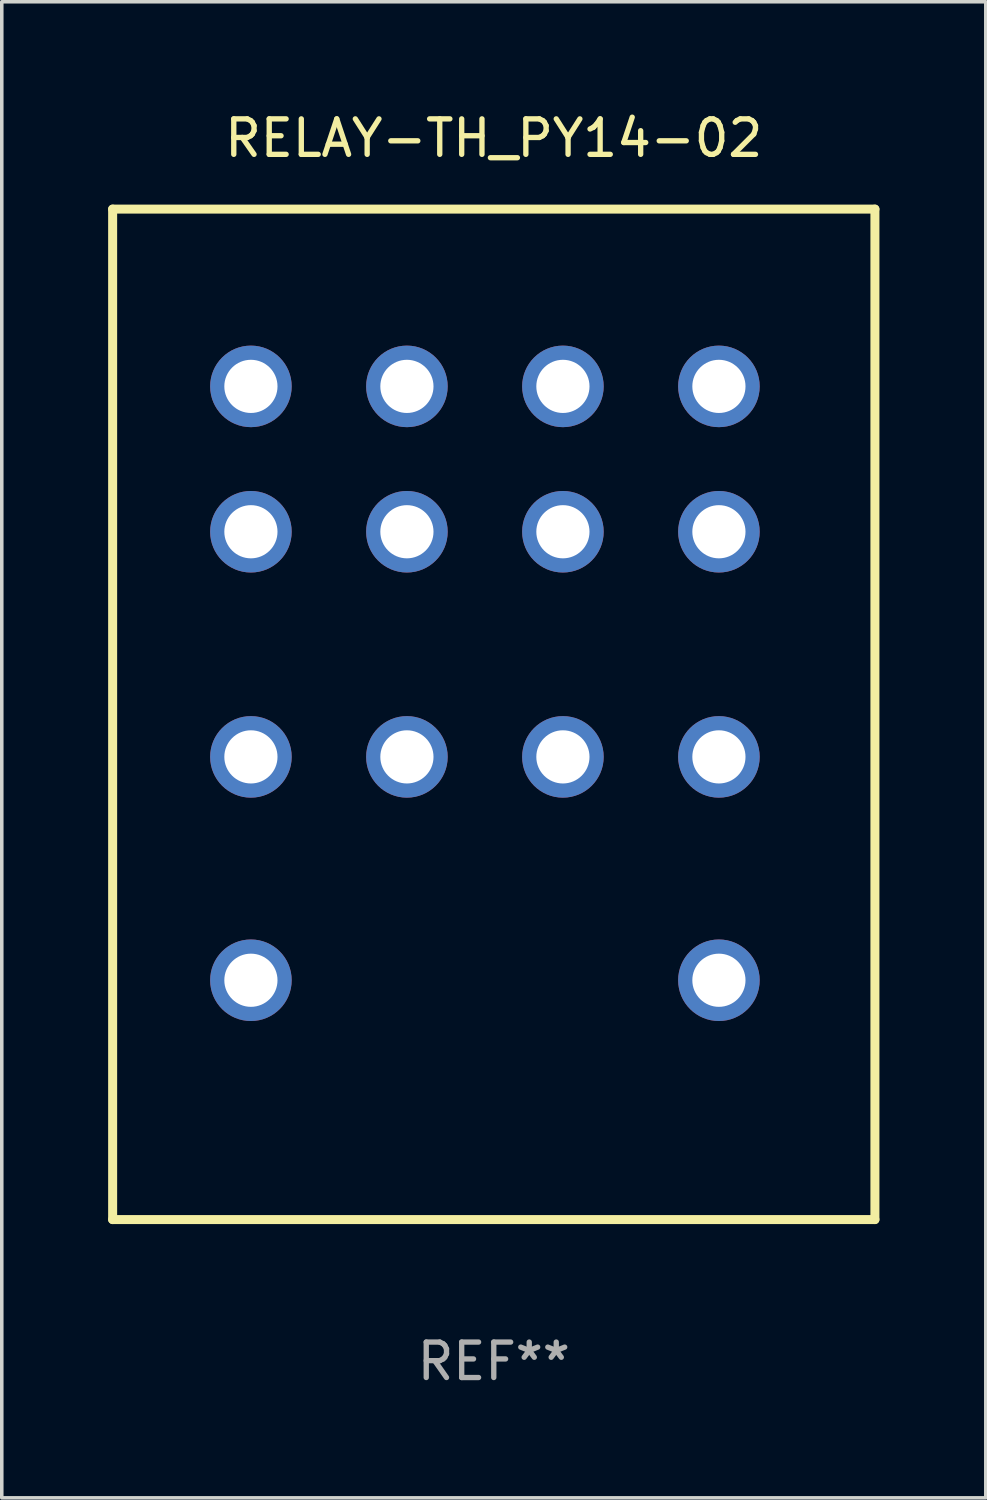
<source format=kicad_pcb>
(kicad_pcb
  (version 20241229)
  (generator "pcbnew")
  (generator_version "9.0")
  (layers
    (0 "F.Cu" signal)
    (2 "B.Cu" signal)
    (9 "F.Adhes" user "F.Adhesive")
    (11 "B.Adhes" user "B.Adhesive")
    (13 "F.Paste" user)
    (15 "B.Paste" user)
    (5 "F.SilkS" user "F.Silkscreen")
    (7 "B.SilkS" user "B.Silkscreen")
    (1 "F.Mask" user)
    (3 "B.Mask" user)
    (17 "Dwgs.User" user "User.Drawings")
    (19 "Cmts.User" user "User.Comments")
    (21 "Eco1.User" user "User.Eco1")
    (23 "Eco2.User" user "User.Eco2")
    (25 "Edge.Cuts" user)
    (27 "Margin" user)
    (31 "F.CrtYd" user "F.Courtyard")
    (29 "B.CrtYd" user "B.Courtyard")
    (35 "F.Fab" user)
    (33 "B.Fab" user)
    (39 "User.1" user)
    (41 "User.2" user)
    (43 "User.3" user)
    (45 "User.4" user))
  (footprint "RELAY-TH_PY14-02"
    (layer "F.Cu")
    (at 10.627 16.223)
    (property "Reference" "RELAY-TH_PY14-02" (at 0.25 -15.375 0) (layer "F.SilkS") (effects (font (size 1 1) (thickness 0.15))))
    (attr through_hole)
    (fp_line (start -10.5 -13.375) (end 11 -13.375) (stroke (width 0.254) (type solid)) (layer "F.SilkS"))
    (fp_line (start -10.5 15.125) (end -10.5 -13.375) (stroke (width 0.254) (type solid)) (layer "F.SilkS"))
    (fp_line (start 11 -13.375) (end 11 15.125) (stroke (width 0.254) (type solid)) (layer "F.SilkS"))
    (fp_line (start 11 15.125) (end -10.5 15.125) (stroke (width 0.254) (type solid)) (layer "F.SilkS"))
    (fp_circle (center 11 -13.375) (end 11.03 -13.375) (stroke (width 0.06) (type solid)) (fill no) (layer "F.SilkS"))
    (fp_text user "REF**" (at 0.25 19.125 0) (layer "F.Fab") (effects (font (size 1 1) (thickness 0.15))))
    (pad "1" thru_hole circle (at 6.6 -8.375) (size 2.3 2.3) (drill 1.5) (layers "*.Cu" "*.Mask"))
    (pad "2" thru_hole circle (at 2.2 -8.375) (size 2.3 2.3) (drill 1.5) (layers "*.Cu" "*.Mask"))
    (pad "3" thru_hole circle (at -2.2 -8.375) (size 2.3 2.3) (drill 1.5) (layers "*.Cu" "*.Mask"))
    (pad "4" thru_hole circle (at -6.6 -8.375) (size 2.3 2.3) (drill 1.5) (layers "*.Cu" "*.Mask"))
    (pad "5" thru_hole circle (at 6.6 -4.275) (size 2.3 2.3) (drill 1.5) (layers "*.Cu" "*.Mask"))
    (pad "6" thru_hole circle (at 2.2 -4.275) (size 2.3 2.3) (drill 1.5) (layers "*.Cu" "*.Mask"))
    (pad "7" thru_hole circle (at -2.2 -4.275) (size 2.3 2.3) (drill 1.5) (layers "*.Cu" "*.Mask"))
    (pad "8" thru_hole circle (at -6.6 -4.275) (size 2.3 2.3) (drill 1.5) (layers "*.Cu" "*.Mask"))
    (pad "9" thru_hole circle (at 6.6 2.075) (size 2.3 2.3) (drill 1.5) (layers "*.Cu" "*.Mask"))
    (pad "10" thru_hole circle (at 2.2 2.075) (size 2.3 2.3) (drill 1.5) (layers "*.Cu" "*.Mask"))
    (pad "11" thru_hole circle (at -2.2 2.075) (size 2.3 2.3) (drill 1.5) (layers "*.Cu" "*.Mask"))
    (pad "12" thru_hole circle (at -6.6 2.075) (size 2.3 2.3) (drill 1.5) (layers "*.Cu" "*.Mask"))
    (pad "13" thru_hole circle (at 6.6 8.375) (size 2.3 2.3) (drill 1.5) (layers "*.Cu" "*.Mask"))
    (pad "14" thru_hole circle (at -6.6 8.375) (size 2.3 2.3) (drill 1.5) (layers "*.Cu" "*.Mask")))
  (gr_rect
    (start -3 -3)
    (end 24.754 39.197)
    (stroke (width 0.1) (type default))
    (fill no)
    (layer "Edge.Cuts")))
</source>
